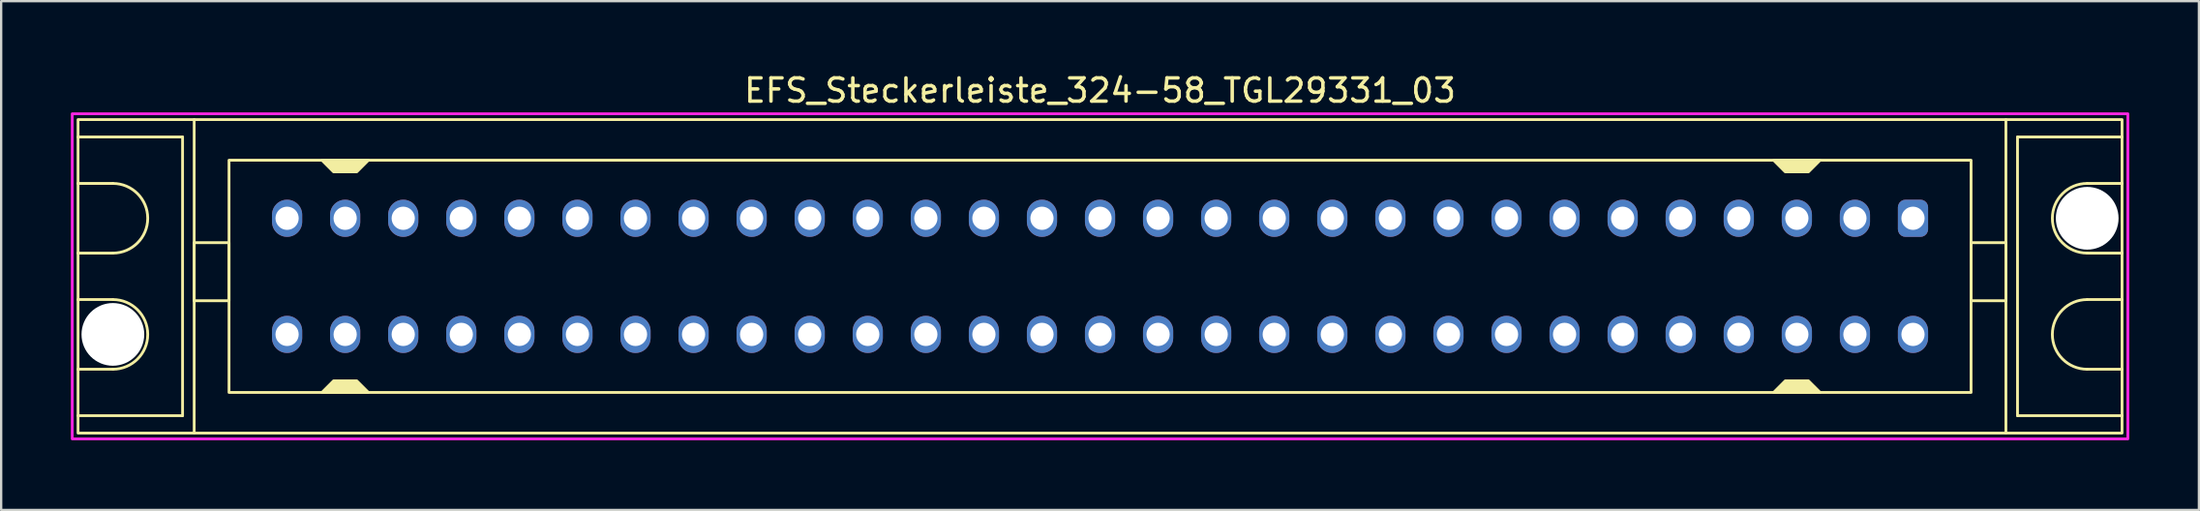
<source format=kicad_pcb>
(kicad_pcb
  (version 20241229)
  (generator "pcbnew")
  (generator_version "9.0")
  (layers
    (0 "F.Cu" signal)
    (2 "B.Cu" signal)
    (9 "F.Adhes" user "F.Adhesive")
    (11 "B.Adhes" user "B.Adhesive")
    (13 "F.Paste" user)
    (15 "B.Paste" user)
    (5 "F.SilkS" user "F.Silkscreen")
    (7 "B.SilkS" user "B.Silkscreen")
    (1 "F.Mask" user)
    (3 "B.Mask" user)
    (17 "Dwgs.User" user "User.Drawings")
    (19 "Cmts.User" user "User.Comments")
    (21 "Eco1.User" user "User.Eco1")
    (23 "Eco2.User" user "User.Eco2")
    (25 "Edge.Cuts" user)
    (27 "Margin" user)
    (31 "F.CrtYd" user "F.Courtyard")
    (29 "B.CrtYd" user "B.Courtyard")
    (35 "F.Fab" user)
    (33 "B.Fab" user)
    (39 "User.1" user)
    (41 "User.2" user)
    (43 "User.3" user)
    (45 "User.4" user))
  (footprint "EFS_Steckerleiste_324-58_TGL29331_03"
    (layer "F.Cu")
    (at 44.31 8.848)
    (property "Reference" "EFS_Steckerleiste_324-58_TGL29331_03" (at 0 -8 180) (layer "F.SilkS") (effects (font (size 1 1) (thickness 0.15))))
    (attr through_hole)
    (fp_line (start -44 -6) (end -39.5 -6) (stroke (width 0.12) (type solid)) (layer "F.SilkS"))
    (fp_line (start -42.5 -4) (end -44 -4) (stroke (width 0.12) (type solid)) (layer "F.SilkS"))
    (fp_line (start -42.5 -1) (end -44 -1) (stroke (width 0.12) (type solid)) (layer "F.SilkS"))
    (fp_line (start -42.5 1) (end -44 1) (stroke (width 0.12) (type solid)) (layer "F.SilkS"))
    (fp_line (start -42.5 4) (end -44 4) (stroke (width 0.12) (type solid)) (layer "F.SilkS"))
    (fp_line (start -39.5 -6) (end -39.5 6) (stroke (width 0.12) (type solid)) (layer "F.SilkS"))
    (fp_line (start -39.5 6) (end -44 6) (stroke (width 0.12) (type solid)) (layer "F.SilkS"))
    (fp_line (start -39 6.75) (end -39 -6.75) (stroke (width 0.12) (type solid)) (layer "F.SilkS"))
    (fp_line (start 39 6.75) (end 39 -6.75) (stroke (width 0.12) (type solid)) (layer "F.SilkS"))
    (fp_line (start 39.5 -6) (end 39.5 6) (stroke (width 0.12) (type solid)) (layer "F.SilkS"))
    (fp_line (start 39.5 6) (end 44 6) (stroke (width 0.12) (type solid)) (layer "F.SilkS"))
    (fp_line (start 42.5 -4) (end 44 -4) (stroke (width 0.12) (type solid)) (layer "F.SilkS"))
    (fp_line (start 42.5 -1) (end 44 -1) (stroke (width 0.12) (type solid)) (layer "F.SilkS"))
    (fp_line (start 42.5 1) (end 44 1) (stroke (width 0.12) (type solid)) (layer "F.SilkS"))
    (fp_line (start 42.5 4) (end 44 4) (stroke (width 0.12) (type solid)) (layer "F.SilkS"))
    (fp_line (start 44 -6) (end 39.5 -6) (stroke (width 0.12) (type solid)) (layer "F.SilkS"))
    (fp_rect (start -44 -6.75) (end 44 6.75) (stroke (width 0.12) (type solid)) (fill no) (layer "F.SilkS"))
    (fp_rect (start -37.5 -5) (end 37.5 5) (stroke (width 0.12) (type solid)) (fill no) (layer "F.SilkS"))
    (fp_rect (start -37.5 -1.45) (end -39 1.05) (stroke (width 0.12) (type solid)) (fill no) (layer "F.SilkS"))
    (fp_rect (start 39 -1.45) (end 37.5 1.05) (stroke (width 0.12) (type solid)) (fill no) (layer "F.SilkS"))
    (fp_arc (start -42.5 -4) (mid -41 -2.5) (end -42.5 -1) (stroke (width 0.12) (type solid)) (layer "F.SilkS"))
    (fp_arc (start -42.5 1) (mid -41 2.5) (end -42.5 4) (stroke (width 0.12) (type solid)) (layer "F.SilkS"))
    (fp_arc (start 42.5 -1) (mid 41 -2.5) (end 42.5 -4) (stroke (width 0.12) (type solid)) (layer "F.SilkS"))
    (fp_arc (start 42.5 4) (mid 41 2.5) (end 42.5 1) (stroke (width 0.12) (type solid)) (layer "F.SilkS"))
    (fp_poly (pts (xy -33 4.5) (xy -32 4.5) (xy -31.5 5) (xy -33.5 5)) (stroke (width 0.12) (type solid)) (fill yes) (layer "F.SilkS"))
    (fp_poly (pts (xy -32 -4.5) (xy -33 -4.5) (xy -33.5 -5) (xy -31.5 -5)) (stroke (width 0.12) (type solid)) (fill yes) (layer "F.SilkS"))
    (fp_poly (pts (xy 29.5 4.5) (xy 30.5 4.5) (xy 31 5) (xy 29 5)) (stroke (width 0.12) (type solid)) (fill yes) (layer "F.SilkS"))
    (fp_poly (pts (xy 30.5 -4.5) (xy 29.5 -4.5) (xy 29 -5) (xy 31 -5)) (stroke (width 0.12) (type solid)) (fill yes) (layer "F.SilkS"))
    (fp_rect (start -44.25 -7) (end 44.25 7) (stroke (width 0.12) (type solid)) (fill no) (layer "F.CrtYd"))
    (pad "" np_thru_hole circle (at -42.5 2.5) (size 2.7 2.7) (drill 2.7) (layers "*.Cu" "*.Mask"))
    (pad "" np_thru_hole circle (at 42.5 -2.5) (size 2.7 2.7) (drill 2.7) (layers "*.Cu" "*.Mask"))
    (pad "1a" thru_hole roundrect (at 35 -2.5) (size 1.3 1.6) (drill 1) (layers "*.Cu" "*.Mask") (roundrect_rratio 0.25))
    (pad "1c" thru_hole oval (at 35 2.5) (size 1.3 1.6) (drill 1) (layers "*.Cu" "*.Mask"))
    (pad "2a" thru_hole oval (at 32.5 -2.5) (size 1.3 1.6) (drill 1) (layers "*.Cu" "*.Mask"))
    (pad "2c" thru_hole oval (at 32.5 2.5) (size 1.3 1.6) (drill 1) (layers "*.Cu" "*.Mask"))
    (pad "3a" thru_hole oval (at 30 -2.5) (size 1.3 1.6) (drill 1) (layers "*.Cu" "*.Mask"))
    (pad "3c" thru_hole oval (at 30 2.5) (size 1.3 1.6) (drill 1) (layers "*.Cu" "*.Mask"))
    (pad "4a" thru_hole oval (at 27.5 -2.5) (size 1.3 1.6) (drill 1) (layers "*.Cu" "*.Mask"))
    (pad "4c" thru_hole oval (at 27.5 2.5) (size 1.3 1.6) (drill 1) (layers "*.Cu" "*.Mask"))
    (pad "5a" thru_hole oval (at 25 -2.5) (size 1.3 1.6) (drill 1) (layers "*.Cu" "*.Mask"))
    (pad "5c" thru_hole oval (at 25 2.5) (size 1.3 1.6) (drill 1) (layers "*.Cu" "*.Mask"))
    (pad "6a" thru_hole oval (at 22.5 -2.5) (size 1.3 1.6) (drill 1) (layers "*.Cu" "*.Mask"))
    (pad "6c" thru_hole oval (at 22.5 2.5) (size 1.3 1.6) (drill 1) (layers "*.Cu" "*.Mask"))
    (pad "7a" thru_hole oval (at 20 -2.5) (size 1.3 1.6) (drill 1) (layers "*.Cu" "*.Mask"))
    (pad "7c" thru_hole oval (at 20 2.5) (size 1.3 1.6) (drill 1) (layers "*.Cu" "*.Mask"))
    (pad "8a" thru_hole oval (at 17.5 -2.5) (size 1.3 1.6) (drill 1) (layers "*.Cu" "*.Mask"))
    (pad "8c" thru_hole oval (at 17.5 2.5) (size 1.3 1.6) (drill 1) (layers "*.Cu" "*.Mask"))
    (pad "9a" thru_hole oval (at 15 -2.5) (size 1.3 1.6) (drill 1) (layers "*.Cu" "*.Mask"))
    (pad "9c" thru_hole oval (at 15 2.5) (size 1.3 1.6) (drill 1) (layers "*.Cu" "*.Mask"))
    (pad "10a" thru_hole oval (at 12.5 -2.5) (size 1.3 1.6) (drill 1) (layers "*.Cu" "*.Mask"))
    (pad "10c" thru_hole oval (at 12.5 2.5) (size 1.3 1.6) (drill 1) (layers "*.Cu" "*.Mask"))
    (pad "11a" thru_hole oval (at 10 -2.5) (size 1.3 1.6) (drill 1) (layers "*.Cu" "*.Mask"))
    (pad "11c" thru_hole oval (at 10 2.5) (size 1.3 1.6) (drill 1) (layers "*.Cu" "*.Mask"))
    (pad "12a" thru_hole oval (at 7.5 -2.5) (size 1.3 1.6) (drill 1) (layers "*.Cu" "*.Mask"))
    (pad "12c" thru_hole oval (at 7.5 2.5) (size 1.3 1.6) (drill 1) (layers "*.Cu" "*.Mask"))
    (pad "13a" thru_hole oval (at 5 -2.5) (size 1.3 1.6) (drill 1) (layers "*.Cu" "*.Mask"))
    (pad "13c" thru_hole oval (at 5 2.5) (size 1.3 1.6) (drill 1) (layers "*.Cu" "*.Mask"))
    (pad "14a" thru_hole oval (at 2.5 -2.5) (size 1.3 1.6) (drill 1) (layers "*.Cu" "*.Mask"))
    (pad "14c" thru_hole oval (at 2.5 2.5) (size 1.3 1.6) (drill 1) (layers "*.Cu" "*.Mask"))
    (pad "15a" thru_hole oval (at 0 -2.5) (size 1.3 1.6) (drill 1) (layers "*.Cu" "*.Mask"))
    (pad "15c" thru_hole oval (at 0 2.5) (size 1.3 1.6) (drill 1) (layers "*.Cu" "*.Mask"))
    (pad "16a" thru_hole oval (at -2.5 -2.5) (size 1.3 1.6) (drill 1) (layers "*.Cu" "*.Mask"))
    (pad "16c" thru_hole oval (at -2.5 2.5) (size 1.3 1.6) (drill 1) (layers "*.Cu" "*.Mask"))
    (pad "17a" thru_hole oval (at -5 -2.5) (size 1.3 1.6) (drill 1) (layers "*.Cu" "*.Mask"))
    (pad "17c" thru_hole oval (at -5 2.5) (size 1.3 1.6) (drill 1) (layers "*.Cu" "*.Mask"))
    (pad "18a" thru_hole oval (at -7.5 -2.5) (size 1.3 1.6) (drill 1) (layers "*.Cu" "*.Mask"))
    (pad "18c" thru_hole oval (at -7.5 2.5) (size 1.3 1.6) (drill 1) (layers "*.Cu" "*.Mask"))
    (pad "19a" thru_hole oval (at -10 -2.5) (size 1.3 1.6) (drill 1) (layers "*.Cu" "*.Mask"))
    (pad "19c" thru_hole oval (at -10 2.5) (size 1.3 1.6) (drill 1) (layers "*.Cu" "*.Mask"))
    (pad "20a" thru_hole oval (at -12.5 -2.5) (size 1.3 1.6) (drill 1) (layers "*.Cu" "*.Mask"))
    (pad "20c" thru_hole oval (at -12.5 2.5) (size 1.3 1.6) (drill 1) (layers "*.Cu" "*.Mask"))
    (pad "21a" thru_hole oval (at -15 -2.5) (size 1.3 1.6) (drill 1) (layers "*.Cu" "*.Mask"))
    (pad "21c" thru_hole oval (at -15 2.5) (size 1.3 1.6) (drill 1) (layers "*.Cu" "*.Mask"))
    (pad "22a" thru_hole oval (at -17.5 -2.5) (size 1.3 1.6) (drill 1) (layers "*.Cu" "*.Mask"))
    (pad "22c" thru_hole oval (at -17.5 2.5) (size 1.3 1.6) (drill 1) (layers "*.Cu" "*.Mask"))
    (pad "23a" thru_hole oval (at -20 -2.5) (size 1.3 1.6) (drill 1) (layers "*.Cu" "*.Mask"))
    (pad "23c" thru_hole oval (at -20 2.5) (size 1.3 1.6) (drill 1) (layers "*.Cu" "*.Mask"))
    (pad "24a" thru_hole oval (at -22.5 -2.5) (size 1.3 1.6) (drill 1) (layers "*.Cu" "*.Mask"))
    (pad "24c" thru_hole oval (at -22.5 2.5) (size 1.3 1.6) (drill 1) (layers "*.Cu" "*.Mask"))
    (pad "25a" thru_hole oval (at -25 -2.5) (size 1.3 1.6) (drill 1) (layers "*.Cu" "*.Mask"))
    (pad "25c" thru_hole oval (at -25 2.5) (size 1.3 1.6) (drill 1) (layers "*.Cu" "*.Mask"))
    (pad "26a" thru_hole oval (at -27.5 -2.5) (size 1.3 1.6) (drill 1) (layers "*.Cu" "*.Mask"))
    (pad "26c" thru_hole oval (at -27.5 2.5) (size 1.3 1.6) (drill 1) (layers "*.Cu" "*.Mask"))
    (pad "27a" thru_hole oval (at -30 -2.5) (size 1.3 1.6) (drill 1) (layers "*.Cu" "*.Mask"))
    (pad "27c" thru_hole oval (at -30 2.5) (size 1.3 1.6) (drill 1) (layers "*.Cu" "*.Mask"))
    (pad "28a" thru_hole oval (at -32.5 -2.5) (size 1.3 1.6) (drill 1) (layers "*.Cu" "*.Mask"))
    (pad "28c" thru_hole oval (at -32.5 2.5) (size 1.3 1.6) (drill 1) (layers "*.Cu" "*.Mask"))
    (pad "29a" thru_hole oval (at -35 -2.5) (size 1.3 1.6) (drill 1) (layers "*.Cu" "*.Mask"))
    (pad "29c" thru_hole oval (at -35 2.5) (size 1.3 1.6) (drill 1) (layers "*.Cu" "*.Mask")))
  (gr_rect
    (start -3 -3)
    (end 91.62 18.908)
    (stroke (width 0.1) (type default))
    (fill no)
    (layer "Edge.Cuts")))
</source>
